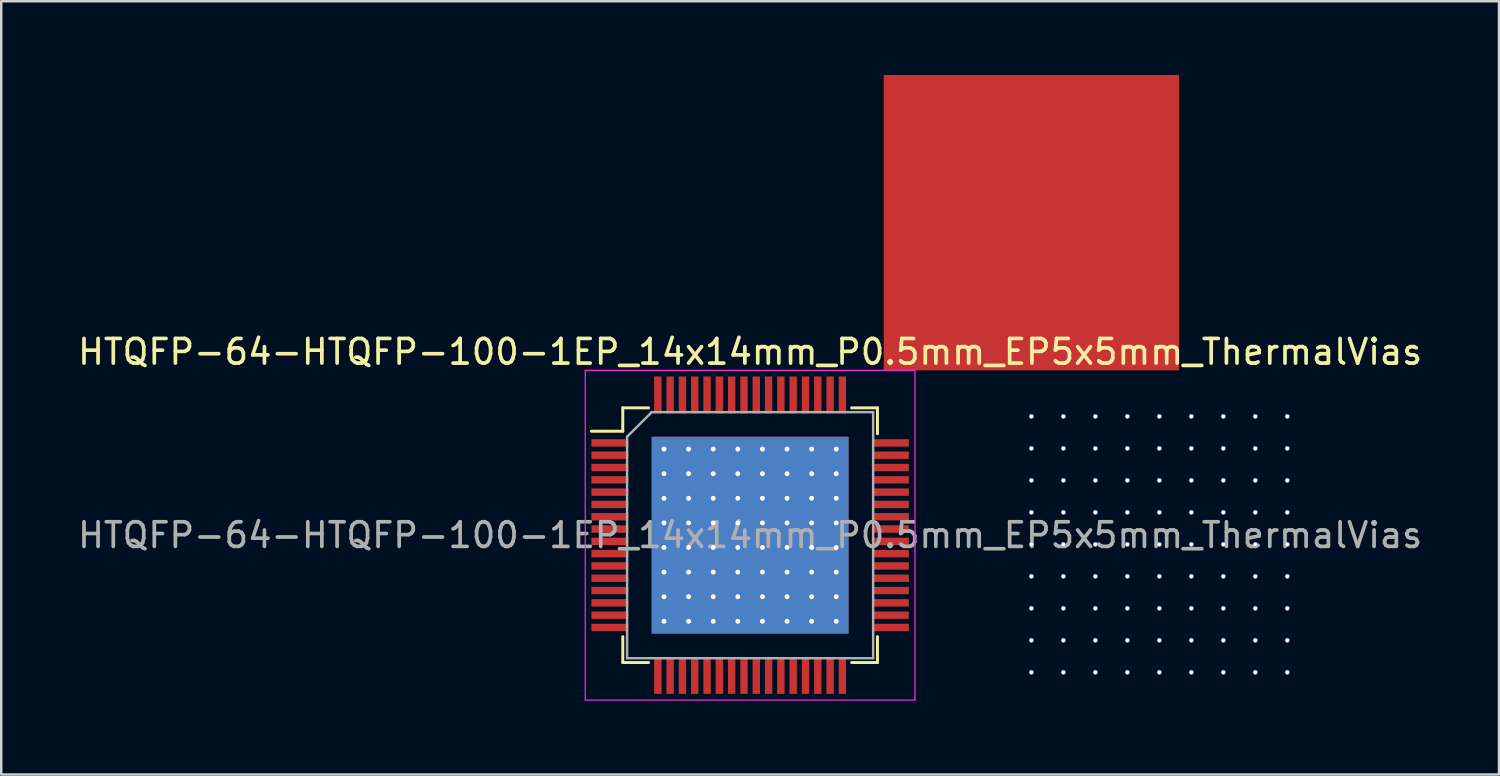
<source format=kicad_pcb>
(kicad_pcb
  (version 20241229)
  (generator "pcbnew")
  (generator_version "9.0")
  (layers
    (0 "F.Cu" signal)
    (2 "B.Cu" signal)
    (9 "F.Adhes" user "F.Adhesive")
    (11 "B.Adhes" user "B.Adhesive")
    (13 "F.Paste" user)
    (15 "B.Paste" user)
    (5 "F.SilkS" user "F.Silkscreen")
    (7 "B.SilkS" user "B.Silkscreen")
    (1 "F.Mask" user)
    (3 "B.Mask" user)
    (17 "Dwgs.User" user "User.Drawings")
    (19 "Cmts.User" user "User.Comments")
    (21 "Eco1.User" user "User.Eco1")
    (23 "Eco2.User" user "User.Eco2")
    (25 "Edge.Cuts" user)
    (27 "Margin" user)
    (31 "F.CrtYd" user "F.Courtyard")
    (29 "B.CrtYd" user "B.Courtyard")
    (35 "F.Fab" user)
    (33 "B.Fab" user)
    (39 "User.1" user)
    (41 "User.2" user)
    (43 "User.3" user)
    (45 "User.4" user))
  (footprint "HTQFP-64-HTQFP-100-1EP_14x14mm_P0.5mm_EP5x5mm_ThermalVias"
    (layer "F.Cu")
    (at 27.435 18.7)
    (property "Reference" "HTQFP-64-HTQFP-100-1EP_14x14mm_P0.5mm_EP5x5mm_ThermalVias" (at 0 -7.45 0) (layer "F.SilkS") (effects (font (size 1 1) (thickness 0.15))))
    (attr smd)
    (fp_line (start -5.175 -5.175) (end -5.175 -4.225) (stroke (width 0.12) (type solid)) (layer "F.SilkS"))
    (fp_line (start -5.175 -5.175) (end -4.125 -5.175) (stroke (width 0.12) (type solid)) (layer "F.SilkS"))
    (fp_line (start -5.175 -4.225) (end -6.45 -4.225) (stroke (width 0.12) (type solid)) (layer "F.SilkS"))
    (fp_line (start -5.175 5.175) (end -5.175 4.125) (stroke (width 0.12) (type solid)) (layer "F.SilkS"))
    (fp_line (start -5.175 5.175) (end -4.125 5.175) (stroke (width 0.12) (type solid)) (layer "F.SilkS"))
    (fp_line (start 5.175 -5.175) (end 4.125 -5.175) (stroke (width 0.12) (type solid)) (layer "F.SilkS"))
    (fp_line (start 5.175 -5.175) (end 5.175 -4.125) (stroke (width 0.12) (type solid)) (layer "F.SilkS"))
    (fp_line (start 5.175 5.175) (end 4.125 5.175) (stroke (width 0.12) (type solid)) (layer "F.SilkS"))
    (fp_line (start 5.175 5.175) (end 5.175 4.125) (stroke (width 0.12) (type solid)) (layer "F.SilkS"))
    (fp_line (start -6.7 -6.7) (end -6.7 6.7) (stroke (width 0.05) (type solid)) (layer "F.CrtYd"))
    (fp_line (start -6.7 -6.7) (end 6.7 -6.7) (stroke (width 0.05) (type solid)) (layer "F.CrtYd"))
    (fp_line (start -6.7 6.7) (end 6.7 6.7) (stroke (width 0.05) (type solid)) (layer "F.CrtYd"))
    (fp_line (start 6.7 -6.7) (end 6.7 6.7) (stroke (width 0.05) (type solid)) (layer "F.CrtYd"))
    (fp_line (start -5 -4) (end -4 -5) (stroke (width 0.1) (type solid)) (layer "F.Fab"))
    (fp_line (start -5 5) (end -5 -4) (stroke (width 0.1) (type solid)) (layer "F.Fab"))
    (fp_line (start -4 -5) (end 5 -5) (stroke (width 0.1) (type solid)) (layer "F.Fab"))
    (fp_line (start 5 -5) (end 5 5) (stroke (width 0.1) (type solid)) (layer "F.Fab"))
    (fp_line (start 5 5) (end -5 5) (stroke (width 0.1) (type solid)) (layer "F.Fab"))
    (fp_text user "${REFERENCE}" (at 0 0 0) (layer "F.Fab") (effects (font (size 1 1) (thickness 0.15))))
    (pad "" smd rect (at -1.1 -1.1 180) (size 1.75 1.75) (layers "F.Paste"))
    (pad "" smd rect (at -1.1 1.1 180) (size 1.75 1.75) (layers "F.Paste"))
    (pad "" smd rect (at 0 0 180) (size 4.4 4.4) (layers "F.Mask"))
    (pad "" smd rect (at 1.1 -1.1 180) (size 1.75 1.75) (layers "F.Paste"))
    (pad "" smd rect (at 1.1 1.1 180) (size 1.75 1.75) (layers "F.Paste"))
    (pad "1" smd rect (at -5.7 -3.75) (size 1.5 0.3) (layers "F.Cu" "F.Mask" "F.Paste"))
    (pad "2" smd rect (at -5.7 -3.25) (size 1.5 0.3) (layers "F.Cu" "F.Mask" "F.Paste"))
    (pad "3" smd rect (at -5.7 -2.75) (size 1.5 0.3) (layers "F.Cu" "F.Mask" "F.Paste"))
    (pad "4" smd rect (at -5.7 -2.25) (size 1.5 0.3) (layers "F.Cu" "F.Mask" "F.Paste"))
    (pad "5" smd rect (at -5.7 -1.75) (size 1.5 0.3) (layers "F.Cu" "F.Mask" "F.Paste"))
    (pad "6" smd rect (at -5.7 -1.25) (size 1.5 0.3) (layers "F.Cu" "F.Mask" "F.Paste"))
    (pad "7" smd rect (at -5.7 -0.75) (size 1.5 0.3) (layers "F.Cu" "F.Mask" "F.Paste"))
    (pad "8" smd rect (at -5.7 -0.25) (size 1.5 0.3) (layers "F.Cu" "F.Mask" "F.Paste"))
    (pad "9" smd rect (at -5.7 0.25) (size 1.5 0.3) (layers "F.Cu" "F.Mask" "F.Paste"))
    (pad "10" smd rect (at -5.7 0.75) (size 1.5 0.3) (layers "F.Cu" "F.Mask" "F.Paste"))
    (pad "11" smd rect (at -5.7 1.25) (size 1.5 0.3) (layers "F.Cu" "F.Mask" "F.Paste"))
    (pad "12" smd rect (at -5.7 1.75) (size 1.5 0.3) (layers "F.Cu" "F.Mask" "F.Paste"))
    (pad "13" smd rect (at -5.7 2.25) (size 1.5 0.3) (layers "F.Cu" "F.Mask" "F.Paste"))
    (pad "14" smd rect (at -5.7 2.75) (size 1.5 0.3) (layers "F.Cu" "F.Mask" "F.Paste"))
    (pad "15" smd rect (at -5.7 3.25) (size 1.5 0.3) (layers "F.Cu" "F.Mask" "F.Paste"))
    (pad "16" smd rect (at -5.7 3.75) (size 1.5 0.3) (layers "F.Cu" "F.Mask" "F.Paste"))
    (pad "17" smd rect (at -3.75 5.7 90) (size 1.5 0.3) (layers "F.Cu" "F.Mask" "F.Paste"))
    (pad "18" smd rect (at -3.25 5.7 90) (size 1.5 0.3) (layers "F.Cu" "F.Mask" "F.Paste"))
    (pad "19" smd rect (at -2.75 5.7 90) (size 1.5 0.3) (layers "F.Cu" "F.Mask" "F.Paste"))
    (pad "20" smd rect (at -2.25 5.7 90) (size 1.5 0.3) (layers "F.Cu" "F.Mask" "F.Paste"))
    (pad "21" smd rect (at -1.75 5.7 90) (size 1.5 0.3) (layers "F.Cu" "F.Mask" "F.Paste"))
    (pad "22" smd rect (at -1.25 5.7 90) (size 1.5 0.3) (layers "F.Cu" "F.Mask" "F.Paste"))
    (pad "23" smd rect (at -0.75 5.7 90) (size 1.5 0.3) (layers "F.Cu" "F.Mask" "F.Paste"))
    (pad "24" smd rect (at -0.25 5.7 90) (size 1.5 0.3) (layers "F.Cu" "F.Mask" "F.Paste"))
    (pad "25" smd rect (at 0.25 5.7 90) (size 1.5 0.3) (layers "F.Cu" "F.Mask" "F.Paste"))
    (pad "26" smd rect (at 0.75 5.7 90) (size 1.5 0.3) (layers "F.Cu" "F.Mask" "F.Paste"))
    (pad "27" smd rect (at 1.25 5.7 90) (size 1.5 0.3) (layers "F.Cu" "F.Mask" "F.Paste"))
    (pad "28" smd rect (at 1.75 5.7 90) (size 1.5 0.3) (layers "F.Cu" "F.Mask" "F.Paste"))
    (pad "29" smd rect (at 2.25 5.7 90) (size 1.5 0.3) (layers "F.Cu" "F.Mask" "F.Paste"))
    (pad "30" smd rect (at 2.75 5.7 90) (size 1.5 0.3) (layers "F.Cu" "F.Mask" "F.Paste"))
    (pad "31" smd rect (at 3.25 5.7 90) (size 1.5 0.3) (layers "F.Cu" "F.Mask" "F.Paste"))
    (pad "32" smd rect (at 3.75 5.7 90) (size 1.5 0.3) (layers "F.Cu" "F.Mask" "F.Paste"))
    (pad "33" smd rect (at 5.7 3.75) (size 1.5 0.3) (layers "F.Cu" "F.Mask" "F.Paste"))
    (pad "34" smd rect (at 5.7 3.25) (size 1.5 0.3) (layers "F.Cu" "F.Mask" "F.Paste"))
    (pad "35" smd rect (at 5.7 2.75) (size 1.5 0.3) (layers "F.Cu" "F.Mask" "F.Paste"))
    (pad "36" smd rect (at 5.7 2.25) (size 1.5 0.3) (layers "F.Cu" "F.Mask" "F.Paste"))
    (pad "37" smd rect (at 5.7 1.75) (size 1.5 0.3) (layers "F.Cu" "F.Mask" "F.Paste"))
    (pad "38" smd rect (at 5.7 1.25) (size 1.5 0.3) (layers "F.Cu" "F.Mask" "F.Paste"))
    (pad "39" smd rect (at 5.7 0.75) (size 1.5 0.3) (layers "F.Cu" "F.Mask" "F.Paste"))
    (pad "40" smd rect (at 5.7 0.25) (size 1.5 0.3) (layers "F.Cu" "F.Mask" "F.Paste"))
    (pad "41" smd rect (at 5.7 -0.25) (size 1.5 0.3) (layers "F.Cu" "F.Mask" "F.Paste"))
    (pad "42" smd rect (at 5.7 -0.75) (size 1.5 0.3) (layers "F.Cu" "F.Mask" "F.Paste"))
    (pad "43" smd rect (at 5.7 -1.25) (size 1.5 0.3) (layers "F.Cu" "F.Mask" "F.Paste"))
    (pad "44" smd rect (at 5.7 -1.75) (size 1.5 0.3) (layers "F.Cu" "F.Mask" "F.Paste"))
    (pad "45" smd rect (at 5.7 -2.25) (size 1.5 0.3) (layers "F.Cu" "F.Mask" "F.Paste"))
    (pad "46" smd rect (at 5.7 -2.75) (size 1.5 0.3) (layers "F.Cu" "F.Mask" "F.Paste"))
    (pad "47" smd rect (at 5.7 -3.25) (size 1.5 0.3) (layers "F.Cu" "F.Mask" "F.Paste"))
    (pad "48" smd rect (at 5.7 -3.75) (size 1.5 0.3) (layers "F.Cu" "F.Mask" "F.Paste"))
    (pad "49" smd rect (at 3.75 -5.7 90) (size 1.5 0.3) (layers "F.Cu" "F.Mask" "F.Paste"))
    (pad "50" smd rect (at 3.25 -5.7 90) (size 1.5 0.3) (layers "F.Cu" "F.Mask" "F.Paste"))
    (pad "51" smd rect (at 2.75 -5.7 90) (size 1.5 0.3) (layers "F.Cu" "F.Mask" "F.Paste"))
    (pad "52" smd rect (at 2.25 -5.7 90) (size 1.5 0.3) (layers "F.Cu" "F.Mask" "F.Paste"))
    (pad "53" smd rect (at 1.75 -5.7 90) (size 1.5 0.3) (layers "F.Cu" "F.Mask" "F.Paste"))
    (pad "54" smd rect (at 1.25 -5.7 90) (size 1.5 0.3) (layers "F.Cu" "F.Mask" "F.Paste"))
    (pad "55" smd rect (at 0.75 -5.7 90) (size 1.5 0.3) (layers "F.Cu" "F.Mask" "F.Paste"))
    (pad "56" smd rect (at 0.25 -5.7 90) (size 1.5 0.3) (layers "F.Cu" "F.Mask" "F.Paste"))
    (pad "57" smd rect (at -0.25 -5.7 90) (size 1.5 0.3) (layers "F.Cu" "F.Mask" "F.Paste"))
    (pad "58" smd rect (at -0.75 -5.7 90) (size 1.5 0.3) (layers "F.Cu" "F.Mask" "F.Paste"))
    (pad "59" smd rect (at -1.25 -5.7 90) (size 1.5 0.3) (layers "F.Cu" "F.Mask" "F.Paste"))
    (pad "60" smd rect (at -1.75 -5.7 90) (size 1.5 0.3) (layers "F.Cu" "F.Mask" "F.Paste"))
    (pad "61" smd rect (at -2.25 -5.7 90) (size 1.5 0.3) (layers "F.Cu" "F.Mask" "F.Paste"))
    (pad "62" smd rect (at -2.75 -5.7 90) (size 1.5 0.3) (layers "F.Cu" "F.Mask" "F.Paste"))
    (pad "63" smd rect (at -3.25 -5.7 90) (size 1.5 0.3) (layers "F.Cu" "F.Mask" "F.Paste"))
    (pad "64" smd rect (at -3.75 -5.7 90) (size 1.5 0.3) (layers "F.Cu" "F.Mask" "F.Paste"))
    (pad "65" thru_hole circle (at -3.5 -3.5 90) (size 0.5 0.5) (drill 0.2) (layers "*.Cu"))
    (pad "65" thru_hole circle (at -3.5 -2.5 90) (size 0.5 0.5) (drill 0.2) (layers "*.Cu"))
    (pad "65" thru_hole circle (at -3.5 -1.5 90) (size 0.5 0.5) (drill 0.2) (layers "*.Cu"))
    (pad "65" thru_hole circle (at -3.5 -0.5 90) (size 0.5 0.5) (drill 0.2) (layers "*.Cu"))
    (pad "65" thru_hole circle (at -3.5 0.5 90) (size 0.5 0.5) (drill 0.2) (layers "*.Cu"))
    (pad "65" thru_hole circle (at -3.5 1.5 90) (size 0.5 0.5) (drill 0.2) (layers "*.Cu"))
    (pad "65" thru_hole circle (at -3.5 2.5 90) (size 0.5 0.5) (drill 0.2) (layers "*.Cu"))
    (pad "65" thru_hole circle (at -3.5 3.5 90) (size 0.5 0.5) (drill 0.2) (layers "*.Cu"))
    (pad "65" thru_hole circle (at -2.5 -3.5 90) (size 0.5 0.5) (drill 0.2) (layers "*.Cu"))
    (pad "65" thru_hole circle (at -2.5 -2.5 90) (size 0.5 0.5) (drill 0.2) (layers "*.Cu"))
    (pad "65" thru_hole circle (at -2.5 -1.5 90) (size 0.5 0.5) (drill 0.2) (layers "*.Cu"))
    (pad "65" thru_hole circle (at -2.5 -0.5 90) (size 0.5 0.5) (drill 0.2) (layers "*.Cu"))
    (pad "65" thru_hole circle (at -2.5 0.5 90) (size 0.5 0.5) (drill 0.2) (layers "*.Cu"))
    (pad "65" thru_hole circle (at -2.5 1.5 90) (size 0.5 0.5) (drill 0.2) (layers "*.Cu"))
    (pad "65" thru_hole circle (at -2.5 2.5 90) (size 0.5 0.5) (drill 0.2) (layers "*.Cu"))
    (pad "65" thru_hole circle (at -2.5 3.5 90) (size 0.5 0.5) (drill 0.2) (layers "*.Cu"))
    (pad "65" thru_hole circle (at -1.5 -3.5 90) (size 0.5 0.5) (drill 0.2) (layers "*.Cu"))
    (pad "65" thru_hole circle (at -1.5 -2.5 90) (size 0.5 0.5) (drill 0.2) (layers "*.Cu"))
    (pad "65" thru_hole circle (at -1.5 -1.5 90) (size 0.5 0.5) (drill 0.2) (layers "*.Cu"))
    (pad "65" thru_hole circle (at -1.5 -0.5 90) (size 0.5 0.5) (drill 0.2) (layers "*.Cu"))
    (pad "65" thru_hole circle (at -1.5 0.5 90) (size 0.5 0.5) (drill 0.2) (layers "*.Cu"))
    (pad "65" thru_hole circle (at -1.5 1.5 90) (size 0.5 0.5) (drill 0.2) (layers "*.Cu"))
    (pad "65" thru_hole circle (at -1.5 2.5 90) (size 0.5 0.5) (drill 0.2) (layers "*.Cu"))
    (pad "65" thru_hole circle (at -1.5 3.5 90) (size 0.5 0.5) (drill 0.2) (layers "*.Cu"))
    (pad "65" thru_hole circle (at -0.5 -3.5 90) (size 0.5 0.5) (drill 0.2) (layers "*.Cu"))
    (pad "65" thru_hole circle (at -0.5 -2.5 90) (size 0.5 0.5) (drill 0.2) (layers "*.Cu"))
    (pad "65" thru_hole circle (at -0.5 -1.5 90) (size 0.5 0.5) (drill 0.2) (layers "*.Cu"))
    (pad "65" thru_hole circle (at -0.5 -0.5 90) (size 0.5 0.5) (drill 0.2) (layers "*.Cu"))
    (pad "65" thru_hole circle (at -0.5 0.5 90) (size 0.5 0.5) (drill 0.2) (layers "*.Cu"))
    (pad "65" thru_hole circle (at -0.5 1.5 90) (size 0.5 0.5) (drill 0.2) (layers "*.Cu"))
    (pad "65" thru_hole circle (at -0.5 2.5 90) (size 0.5 0.5) (drill 0.2) (layers "*.Cu"))
    (pad "65" thru_hole circle (at -0.5 3.5 90) (size 0.5 0.5) (drill 0.2) (layers "*.Cu"))
    (pad "65" smd rect (at 0 0 180) (size 8 8) (layers "F.Cu"))
    (pad "65" smd rect (at 0 0 180) (size 8 8) (layers "B.Cu"))
    (pad "65" thru_hole circle (at 0.5 -3.5 90) (size 0.5 0.5) (drill 0.2) (layers "*.Cu"))
    (pad "65" thru_hole circle (at 0.5 -2.5 90) (size 0.5 0.5) (drill 0.2) (layers "*.Cu"))
    (pad "65" thru_hole circle (at 0.5 -1.5 90) (size 0.5 0.5) (drill 0.2) (layers "*.Cu"))
    (pad "65" thru_hole circle (at 0.5 -0.5 90) (size 0.5 0.5) (drill 0.2) (layers "*.Cu"))
    (pad "65" thru_hole circle (at 0.5 0.5 90) (size 0.5 0.5) (drill 0.2) (layers "*.Cu"))
    (pad "65" thru_hole circle (at 0.5 1.5 90) (size 0.5 0.5) (drill 0.2) (layers "*.Cu"))
    (pad "65" thru_hole circle (at 0.5 2.5 90) (size 0.5 0.5) (drill 0.2) (layers "*.Cu"))
    (pad "65" thru_hole circle (at 0.5 3.5 90) (size 0.5 0.5) (drill 0.2) (layers "*.Cu"))
    (pad "65" thru_hole circle (at 1.5 -3.5 90) (size 0.5 0.5) (drill 0.2) (layers "*.Cu"))
    (pad "65" thru_hole circle (at 1.5 -2.5 90) (size 0.5 0.5) (drill 0.2) (layers "*.Cu"))
    (pad "65" thru_hole circle (at 1.5 -1.5 90) (size 0.5 0.5) (drill 0.2) (layers "*.Cu"))
    (pad "65" thru_hole circle (at 1.5 -0.5 90) (size 0.5 0.5) (drill 0.2) (layers "*.Cu"))
    (pad "65" thru_hole circle (at 1.5 0.5 90) (size 0.5 0.5) (drill 0.2) (layers "*.Cu"))
    (pad "65" thru_hole circle (at 1.5 1.5 90) (size 0.5 0.5) (drill 0.2) (layers "*.Cu"))
    (pad "65" thru_hole circle (at 1.5 2.5 90) (size 0.5 0.5) (drill 0.2) (layers "*.Cu"))
    (pad "65" thru_hole circle (at 1.5 3.5 90) (size 0.5 0.5) (drill 0.2) (layers "*.Cu"))
    (pad "65" thru_hole circle (at 2.5 -3.5 90) (size 0.5 0.5) (drill 0.2) (layers "*.Cu"))
    (pad "65" thru_hole circle (at 2.5 -2.5 90) (size 0.5 0.5) (drill 0.2) (layers "*.Cu"))
    (pad "65" thru_hole circle (at 2.5 -1.5 90) (size 0.5 0.5) (drill 0.2) (layers "*.Cu"))
    (pad "65" thru_hole circle (at 2.5 -0.5 90) (size 0.5 0.5) (drill 0.2) (layers "*.Cu"))
    (pad "65" thru_hole circle (at 2.5 0.5 90) (size 0.5 0.5) (drill 0.2) (layers "*.Cu"))
    (pad "65" thru_hole circle (at 2.5 1.5 90) (size 0.5 0.5) (drill 0.2) (layers "*.Cu"))
    (pad "65" thru_hole circle (at 2.5 2.5 90) (size 0.5 0.5) (drill 0.2) (layers "*.Cu"))
    (pad "65" thru_hole circle (at 2.5 3.5 90) (size 0.5 0.5) (drill 0.2) (layers "*.Cu"))
    (pad "65" thru_hole circle (at 3.5 -3.5 90) (size 0.5 0.5) (drill 0.2) (layers "*.Cu"))
    (pad "65" thru_hole circle (at 3.5 -2.5 90) (size 0.5 0.5) (drill 0.2) (layers "*.Cu"))
    (pad "65" thru_hole circle (at 3.5 -1.5 90) (size 0.5 0.5) (drill 0.2) (layers "*.Cu"))
    (pad "65" thru_hole circle (at 3.5 -0.5 90) (size 0.5 0.5) (drill 0.2) (layers "*.Cu"))
    (pad "65" thru_hole circle (at 3.5 0.5 90) (size 0.5 0.5) (drill 0.2) (layers "*.Cu"))
    (pad "65" thru_hole circle (at 3.5 1.5 90) (size 0.5 0.5) (drill 0.2) (layers "*.Cu"))
    (pad "65" thru_hole circle (at 3.5 2.5 90) (size 0.5 0.5) (drill 0.2) (layers "*.Cu"))
    (pad "65" thru_hole circle (at 3.5 3.5 90) (size 0.5 0.5) (drill 0.2) (layers "*.Cu"))
    (pad "66" smd rect (at 11.43 -12.7) (size 12 12) (layers "F.Cu" "F.Mask" "F.Paste"))
    (pad "68" thru_hole circle (at 11.43 -4.826) (size 0.2 0.2) (drill 0.15) (layers "*.Cu" "*.Mask"))
    (pad "69" thru_hole circle (at 12.73 -4.826) (size 0.2 0.2) (drill 0.15) (layers "*.Cu" "*.Mask"))
    (pad "70" thru_hole circle (at 14.03 -4.826) (size 0.2 0.2) (drill 0.15) (layers "*.Cu" "*.Mask"))
    (pad "71" thru_hole circle (at 15.33 -4.826) (size 0.2 0.2) (drill 0.15) (layers "*.Cu" "*.Mask"))
    (pad "72" thru_hole circle (at 16.63 -4.826) (size 0.2 0.2) (drill 0.15) (layers "*.Cu" "*.Mask"))
    (pad "73" thru_hole circle (at 17.93 -4.826) (size 0.2 0.2) (drill 0.15) (layers "*.Cu" "*.Mask"))
    (pad "74" thru_hole circle (at 19.23 -4.826) (size 0.2 0.2) (drill 0.15) (layers "*.Cu" "*.Mask"))
    (pad "75" thru_hole circle (at 20.53 -4.826) (size 0.2 0.2) (drill 0.15) (layers "*.Cu" "*.Mask"))
    (pad "76" thru_hole circle (at 21.83 -4.826) (size 0.2 0.2) (drill 0.15) (layers "*.Cu" "*.Mask"))
    (pad "77" thru_hole circle (at 11.43 -3.526) (size 0.2 0.2) (drill 0.15) (layers "*.Cu" "*.Mask"))
    (pad "78" thru_hole circle (at 12.73 -3.526) (size 0.2 0.2) (drill 0.15) (layers "*.Cu" "*.Mask"))
    (pad "79" thru_hole circle (at 14.03 -3.526) (size 0.2 0.2) (drill 0.15) (layers "*.Cu" "*.Mask"))
    (pad "80" thru_hole circle (at 15.33 -3.526) (size 0.2 0.2) (drill 0.15) (layers "*.Cu" "*.Mask"))
    (pad "81" thru_hole circle (at 16.63 -3.526) (size 0.2 0.2) (drill 0.15) (layers "*.Cu" "*.Mask"))
    (pad "82" thru_hole circle (at 17.93 -3.526) (size 0.2 0.2) (drill 0.15) (layers "*.Cu" "*.Mask"))
    (pad "83" thru_hole circle (at 19.23 -3.526) (size 0.2 0.2) (drill 0.15) (layers "*.Cu" "*.Mask"))
    (pad "84" thru_hole circle (at 20.53 -3.526) (size 0.2 0.2) (drill 0.15) (layers "*.Cu" "*.Mask"))
    (pad "85" thru_hole circle (at 21.83 -3.526) (size 0.2 0.2) (drill 0.15) (layers "*.Cu" "*.Mask"))
    (pad "86" thru_hole circle (at 11.43 -2.226) (size 0.2 0.2) (drill 0.15) (layers "*.Cu" "*.Mask"))
    (pad "87" thru_hole circle (at 12.73 -2.226) (size 0.2 0.2) (drill 0.15) (layers "*.Cu" "*.Mask"))
    (pad "88" thru_hole circle (at 14.03 -2.226) (size 0.2 0.2) (drill 0.15) (layers "*.Cu" "*.Mask"))
    (pad "89" thru_hole circle (at 15.33 -2.226) (size 0.2 0.2) (drill 0.15) (layers "*.Cu" "*.Mask"))
    (pad "90" thru_hole circle (at 16.63 -2.226) (size 0.2 0.2) (drill 0.15) (layers "*.Cu" "*.Mask"))
    (pad "91" thru_hole circle (at 17.93 -2.226) (size 0.2 0.2) (drill 0.15) (layers "*.Cu" "*.Mask"))
    (pad "92" thru_hole circle (at 19.23 -2.226) (size 0.2 0.2) (drill 0.15) (layers "*.Cu" "*.Mask"))
    (pad "93" thru_hole circle (at 20.53 -2.226) (size 0.2 0.2) (drill 0.15) (layers "*.Cu" "*.Mask"))
    (pad "94" thru_hole circle (at 21.83 -2.226) (size 0.2 0.2) (drill 0.15) (layers "*.Cu" "*.Mask"))
    (pad "95" thru_hole circle (at 11.43 -0.926) (size 0.2 0.2) (drill 0.15) (layers "*.Cu" "*.Mask"))
    (pad "96" thru_hole circle (at 12.73 -0.926) (size 0.2 0.2) (drill 0.15) (layers "*.Cu" "*.Mask"))
    (pad "97" thru_hole circle (at 14.03 -0.926) (size 0.2 0.2) (drill 0.15) (layers "*.Cu" "*.Mask"))
    (pad "98" thru_hole circle (at 15.33 -0.926) (size 0.2 0.2) (drill 0.15) (layers "*.Cu" "*.Mask"))
    (pad "99" thru_hole circle (at 16.63 -0.926) (size 0.2 0.2) (drill 0.15) (layers "*.Cu" "*.Mask"))
    (pad "100" thru_hole circle (at 17.93 -0.926) (size 0.2 0.2) (drill 0.15) (layers "*.Cu" "*.Mask"))
    (pad "101" thru_hole circle (at 19.23 -0.926) (size 0.2 0.2) (drill 0.15) (layers "*.Cu" "*.Mask"))
    (pad "102" thru_hole circle (at 20.53 -0.926) (size 0.2 0.2) (drill 0.15) (layers "*.Cu" "*.Mask"))
    (pad "103" thru_hole circle (at 21.83 -0.926) (size 0.2 0.2) (drill 0.15) (layers "*.Cu" "*.Mask"))
    (pad "104" thru_hole circle (at 11.43 0.374) (size 0.2 0.2) (drill 0.15) (layers "*.Cu" "*.Mask"))
    (pad "105" thru_hole circle (at 12.73 0.374) (size 0.2 0.2) (drill 0.15) (layers "*.Cu" "*.Mask"))
    (pad "106" thru_hole circle (at 14.03 0.374) (size 0.2 0.2) (drill 0.15) (layers "*.Cu" "*.Mask"))
    (pad "107" thru_hole circle (at 15.33 0.374) (size 0.2 0.2) (drill 0.15) (layers "*.Cu" "*.Mask"))
    (pad "108" thru_hole circle (at 16.63 0.374) (size 0.2 0.2) (drill 0.15) (layers "*.Cu" "*.Mask"))
    (pad "109" thru_hole circle (at 17.93 0.374) (size 0.2 0.2) (drill 0.15) (layers "*.Cu" "*.Mask"))
    (pad "110" thru_hole circle (at 19.23 0.374) (size 0.2 0.2) (drill 0.15) (layers "*.Cu" "*.Mask"))
    (pad "111" thru_hole circle (at 20.53 0.374) (size 0.2 0.2) (drill 0.15) (layers "*.Cu" "*.Mask"))
    (pad "112" thru_hole circle (at 21.83 0.374) (size 0.2 0.2) (drill 0.15) (layers "*.Cu" "*.Mask"))
    (pad "113" thru_hole circle (at 11.43 1.674) (size 0.2 0.2) (drill 0.15) (layers "*.Cu" "*.Mask"))
    (pad "114" thru_hole circle (at 12.73 1.674) (size 0.2 0.2) (drill 0.15) (layers "*.Cu" "*.Mask"))
    (pad "115" thru_hole circle (at 14.03 1.674) (size 0.2 0.2) (drill 0.15) (layers "*.Cu" "*.Mask"))
    (pad "116" thru_hole circle (at 15.33 1.674) (size 0.2 0.2) (drill 0.15) (layers "*.Cu" "*.Mask"))
    (pad "117" thru_hole circle (at 16.63 1.674) (size 0.2 0.2) (drill 0.15) (layers "*.Cu" "*.Mask"))
    (pad "118" thru_hole circle (at 17.93 1.674) (size 0.2 0.2) (drill 0.15) (layers "*.Cu" "*.Mask"))
    (pad "119" thru_hole circle (at 19.23 1.674) (size 0.2 0.2) (drill 0.15) (layers "*.Cu" "*.Mask"))
    (pad "120" thru_hole circle (at 20.53 1.674) (size 0.2 0.2) (drill 0.15) (layers "*.Cu" "*.Mask"))
    (pad "121" thru_hole circle (at 21.83 1.674) (size 0.2 0.2) (drill 0.15) (layers "*.Cu" "*.Mask"))
    (pad "122" thru_hole circle (at 11.43 2.974) (size 0.2 0.2) (drill 0.15) (layers "*.Cu" "*.Mask"))
    (pad "123" thru_hole circle (at 12.73 2.974) (size 0.2 0.2) (drill 0.15) (layers "*.Cu" "*.Mask"))
    (pad "124" thru_hole circle (at 14.03 2.974) (size 0.2 0.2) (drill 0.15) (layers "*.Cu" "*.Mask"))
    (pad "125" thru_hole circle (at 15.33 2.974) (size 0.2 0.2) (drill 0.15) (layers "*.Cu" "*.Mask"))
    (pad "126" thru_hole circle (at 16.63 2.974) (size 0.2 0.2) (drill 0.15) (layers "*.Cu" "*.Mask"))
    (pad "127" thru_hole circle (at 17.93 2.974) (size 0.2 0.2) (drill 0.15) (layers "*.Cu" "*.Mask"))
    (pad "128" thru_hole circle (at 19.23 2.974) (size 0.2 0.2) (drill 0.15) (layers "*.Cu" "*.Mask"))
    (pad "129" thru_hole circle (at 20.53 2.974) (size 0.2 0.2) (drill 0.15) (layers "*.Cu" "*.Mask"))
    (pad "130" thru_hole circle (at 21.83 2.974) (size 0.2 0.2) (drill 0.15) (layers "*.Cu" "*.Mask"))
    (pad "131" thru_hole circle (at 11.43 4.274) (size 0.2 0.2) (drill 0.15) (layers "*.Cu" "*.Mask"))
    (pad "132" thru_hole circle (at 12.73 4.274) (size 0.2 0.2) (drill 0.15) (layers "*.Cu" "*.Mask"))
    (pad "133" thru_hole circle (at 14.03 4.274) (size 0.2 0.2) (drill 0.15) (layers "*.Cu" "*.Mask"))
    (pad "134" thru_hole circle (at 15.33 4.274) (size 0.2 0.2) (drill 0.15) (layers "*.Cu" "*.Mask"))
    (pad "135" thru_hole circle (at 16.63 4.274) (size 0.2 0.2) (drill 0.15) (layers "*.Cu" "*.Mask"))
    (pad "136" thru_hole circle (at 17.93 4.274) (size 0.2 0.2) (drill 0.15) (layers "*.Cu" "*.Mask"))
    (pad "137" thru_hole circle (at 19.23 4.274) (size 0.2 0.2) (drill 0.15) (layers "*.Cu" "*.Mask"))
    (pad "138" thru_hole circle (at 20.53 4.274) (size 0.2 0.2) (drill 0.15) (layers "*.Cu" "*.Mask"))
    (pad "139" thru_hole circle (at 21.83 4.274) (size 0.2 0.2) (drill 0.15) (layers "*.Cu" "*.Mask"))
    (pad "140" thru_hole circle (at 11.43 5.574) (size 0.2 0.2) (drill 0.15) (layers "*.Cu" "*.Mask"))
    (pad "141" thru_hole circle (at 12.73 5.574) (size 0.2 0.2) (drill 0.15) (layers "*.Cu" "*.Mask"))
    (pad "142" thru_hole circle (at 14.03 5.574) (size 0.2 0.2) (drill 0.15) (layers "*.Cu" "*.Mask"))
    (pad "143" thru_hole circle (at 15.33 5.574) (size 0.2 0.2) (drill 0.15) (layers "*.Cu" "*.Mask"))
    (pad "144" thru_hole circle (at 16.63 5.574) (size 0.2 0.2) (drill 0.15) (layers "*.Cu" "*.Mask"))
    (pad "145" thru_hole circle (at 17.93 5.574) (size 0.2 0.2) (drill 0.15) (layers "*.Cu" "*.Mask"))
    (pad "146" thru_hole circle (at 19.23 5.574) (size 0.2 0.2) (drill 0.15) (layers "*.Cu" "*.Mask"))
    (pad "147" thru_hole circle (at 20.53 5.574) (size 0.2 0.2) (drill 0.15) (layers "*.Cu" "*.Mask"))
    (pad "148" thru_hole circle (at 21.83 5.574) (size 0.2 0.2) (drill 0.15) (layers "*.Cu" "*.Mask")))
  (gr_rect
    (start -3 -3)
    (end 57.869 28.425)
    (stroke (width 0.1) (type default))
    (fill no)
    (layer "Edge.Cuts")))
</source>
